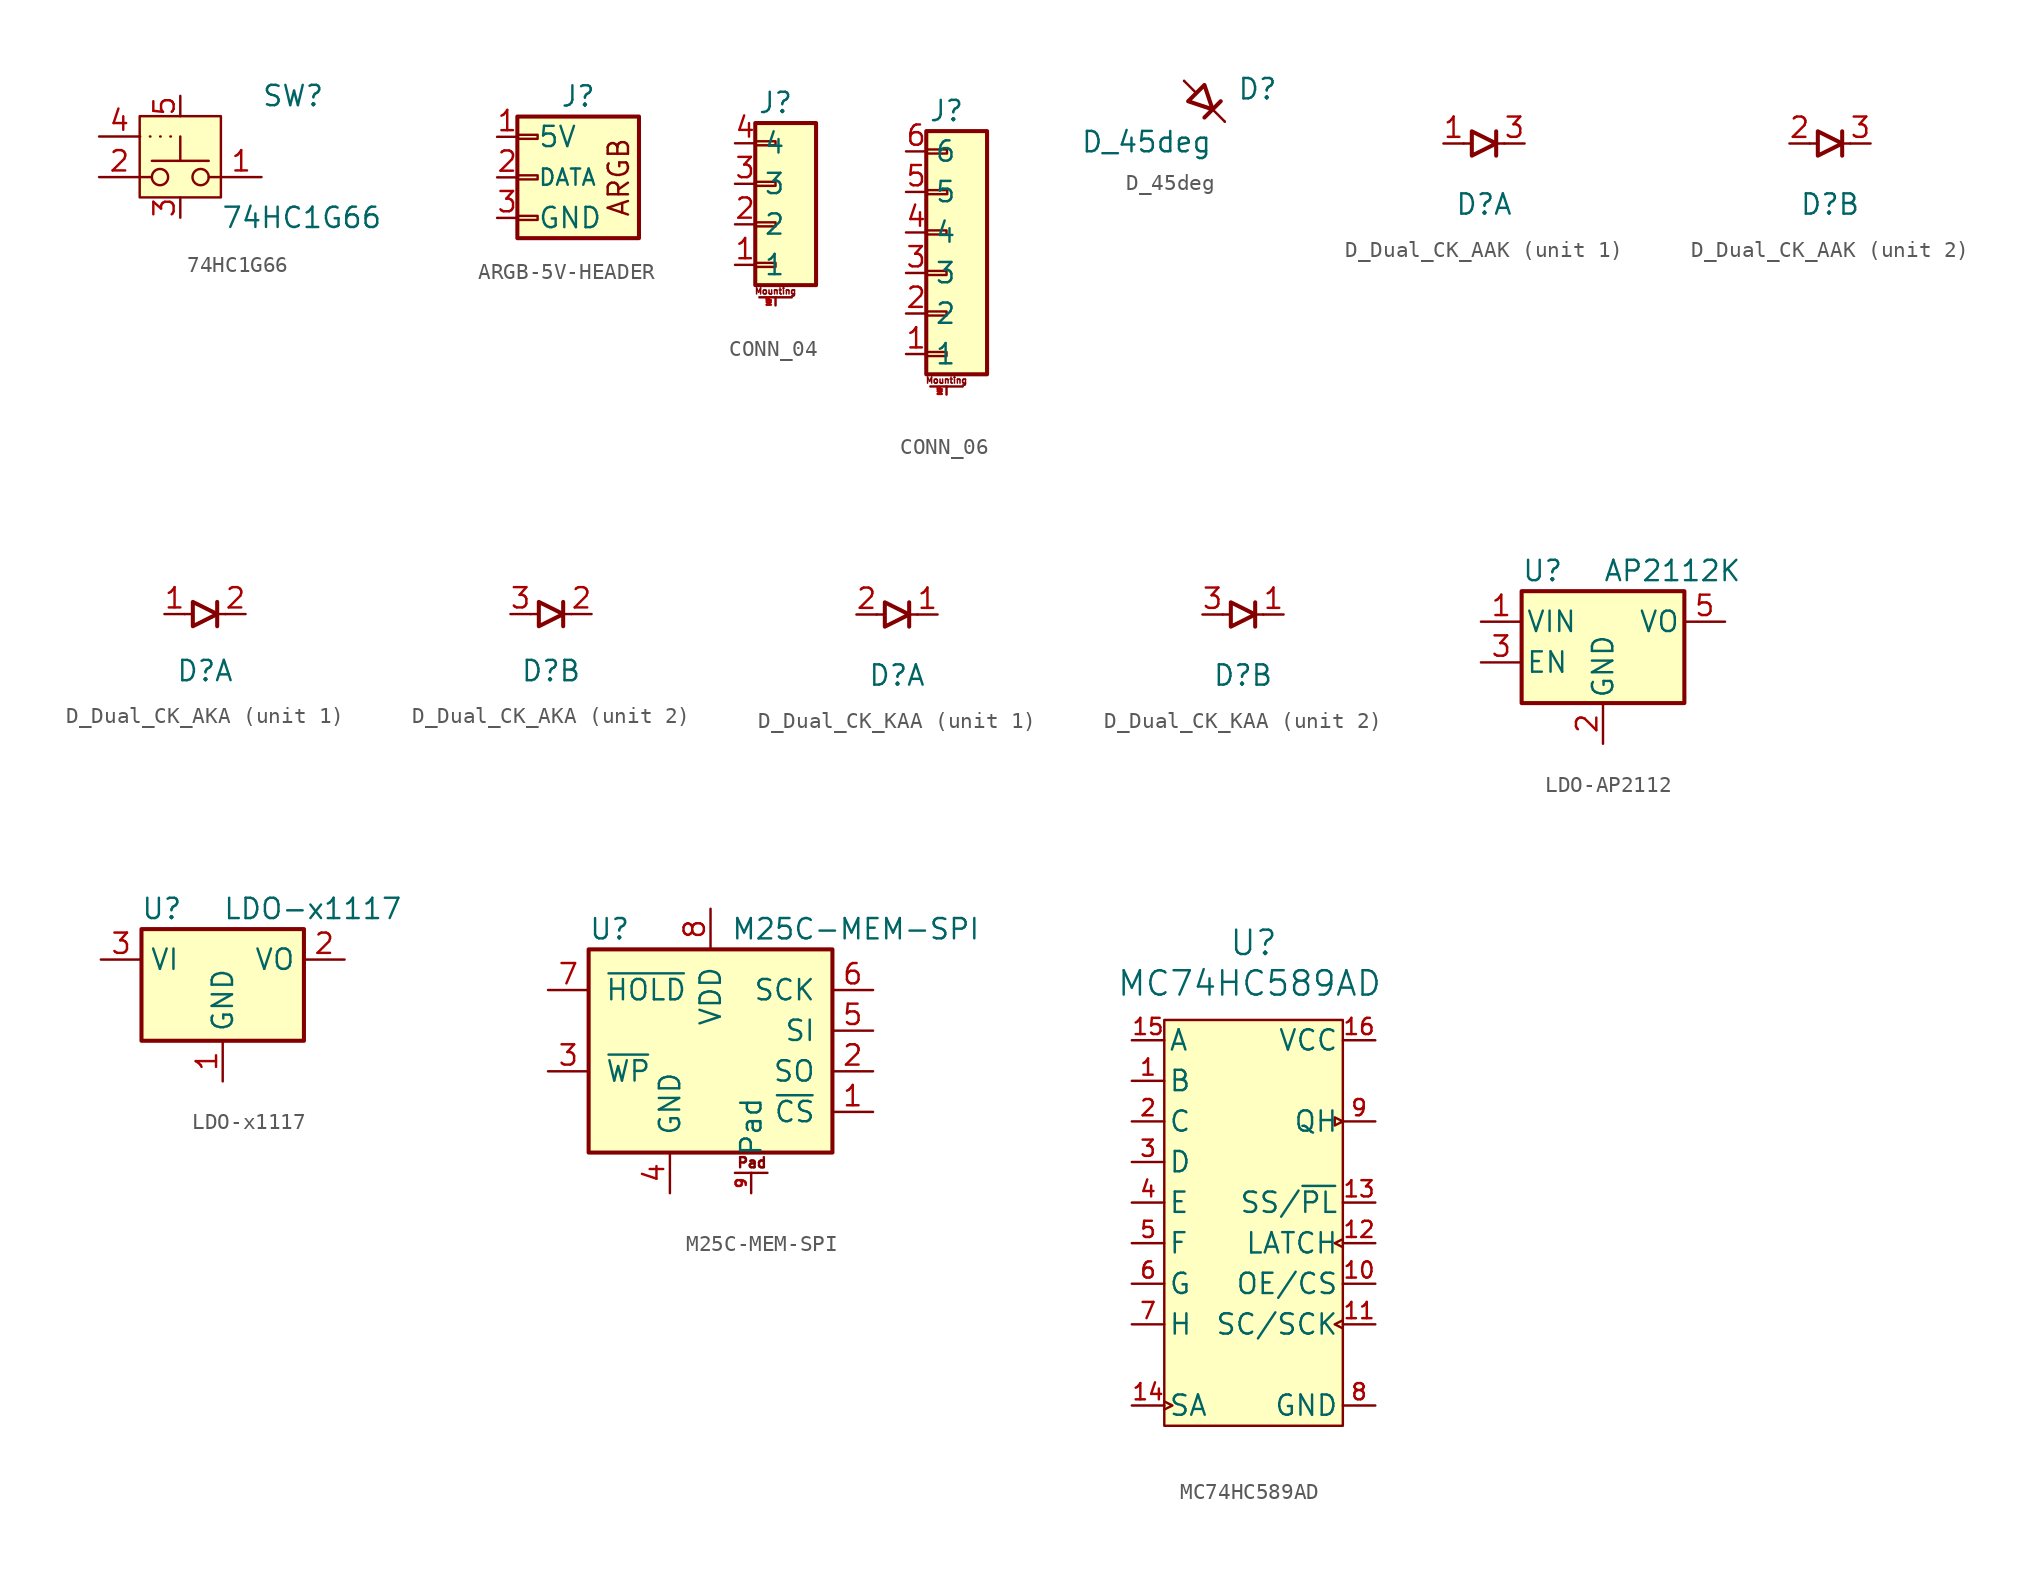
<source format=kicad_sym>
(kicad_symbol_lib
  (version 20241209)
  (generator "kicad_symbol_editor")
  (generator_version "9.0")
  (symbol "74HC1G66"
    (pin_names
      (offset 1.016)
      (hide yes))
    (property "Reference" "SW"
      (at 5.08 5.08 0)
      (effects (font (size 1.27 1.27)) (justify left)))
    (property "Value" "74HC1G66"
      (at 2.54 -2.54 0)
      (effects (font (size 1.27 1.27)) (justify left)))
    (symbol "74HC1G66_0_1"
      (circle (center -1.27 0) (radius 0.508) (stroke (width 0) (type default)) (fill (type none)))
      (polyline (pts (xy 0 1.016) (xy 0 2.54)) (stroke (width 0) (type default)) (fill (type none)))
      (polyline (pts (xy 0.508 2.54) (xy 3.048 2.54) (xy 3.048 -1.143) (xy -3.048 -1.143) (xy -3.048 2.54) (xy -0.508 2.54)) (stroke (width -0.025) (type default)) (fill (type none)))
      (circle (center 1.27 0) (radius 0.508) (stroke (width 0) (type default)) (fill (type none)))
      (polyline (pts (xy 1.778 1.016) (xy -1.778 1.016)) (stroke (width 0) (type default)) (fill (type none))))
    (symbol "74HC1G66_1_1"
      (rectangle (start -2.54 3.81) (end 2.54 -1.27) (stroke (width 0) (type solid)) (fill (type background)))
      (polyline (pts (xy -2.54 2.54) (xy 0 2.54)) (stroke (width 0) (type dot)) (fill (type none)))
      (polyline (pts (xy -2.54 0) (xy -1.778 0)) (stroke (width 0) (type default)) (fill (type none)))
      (polyline (pts (xy 2.54 0) (xy 1.778 0)) (stroke (width 0) (type default)) (fill (type none)))
      (pin input line (at -5.08 2.54 0) (length 2.54) (name "E" (effects (font (size 1.27 1.27)))) (number "4" (effects (font (size 1.27 1.27)))))
      (pin passive line (at -5.08 0 0) (length 2.54) (name "Z" (effects (font (size 1.27 1.27)))) (number "2" (effects (font (size 1.27 1.27)))))
      (pin passive line (at 0 5.08 270) (length 1.27) (name "VCC" (effects (font (size 0.254 0.254)))) (number "5" (effects (font (size 1.27 1.27)))))
      (pin passive line (at 0 -2.54 90) (length 1.27) (name "GND" (effects (font (size 0.254 0.254)))) (number "3" (effects (font (size 1.27 1.27)))))
      (pin passive line (at 5.08 0 180) (length 2.54) (name "Y" (effects (font (size 1.27 1.27)))) (number "1" (effects (font (size 1.27 1.27)))))))
  (symbol "ARGB-5V-HEADER"
    (pin_names
      (offset 1.27))
    (property "Reference" "J"
      (at 0 5.08 0)
      (effects (font (size 1.27 1.27))))
    (property "Value" ""
      (at 0 0 0)
      (effects (font (size 1.27 1.27))))
    (symbol "ARGB-5V-HEADER_1_1"
      (rectangle (start -3.81 2.667) (end -2.54 2.413) (stroke (width 0.152) (type default)) (fill (type none)))
      (rectangle (start -3.81 0.127) (end -2.54 -0.127) (stroke (width 0.152) (type default)) (fill (type none)))
      (rectangle (start -3.81 -2.413) (end -2.54 -2.667) (stroke (width 0.152) (type default)) (fill (type none)))
      (rectangle (start -3.81 3.81) (end 3.81 -3.81) (stroke (width 0.254) (type default)) (fill (type background)))
      (text "ARGB" (at 2.54 0 900) (effects (font (size 1.27 1.27))))
      (pin passive line (at -5.08 2.54 0) (length 1.27) (name "5V" (effects (font (size 1.27 1.27)))) (number "1" (effects (font (size 1.27 1.27)))))
      (pin passive line (at -5.08 0 0) (length 1.27) (name "DATA" (effects (font (size 1.016 1.016)))) (number "2" (effects (font (size 1.27 1.27)))))
      (pin passive line (at -5.08 -2.54 0) (length 1.27) (name "GND" (effects (font (size 1.27 1.27)))) (number "3" (effects (font (size 1.27 1.27)))))))
  (symbol "CONN_04"
    (property "Reference" "J"
      (at 0 7.62 0)
      (effects (font (size 1.27 1.27))))
    (property "Value" ""
      (at 0 0 0)
      (effects (font (size 1.27 1.27))))
    (symbol "CONN_04_1_1"
      (rectangle (start -1.27 6.35) (end 2.54 -3.81) (stroke (width 0.254) (type default)) (fill (type background)))
      (rectangle (start -1.27 5.207) (end 0 4.953) (stroke (width 0.152) (type default)) (fill (type none)))
      (rectangle (start -1.27 2.667) (end 0 2.413) (stroke (width 0.152) (type default)) (fill (type none)))
      (rectangle (start -1.27 0.127) (end 0 -0.127) (stroke (width 0.152) (type default)) (fill (type none)))
      (rectangle (start -1.27 -2.413) (end 0 -2.667) (stroke (width 0.152) (type default)) (fill (type none)))
      (polyline (pts (xy -1.016 -4.572) (xy 1.016 -4.572)) (stroke (width 0.152) (type default)) (fill (type none)))
      (text "Mounting" (at 0 -4.191 0) (effects (font (size 0.381 0.381))))
      (pin passive line (at -2.54 5.08 0) (length 1.27) (name "4" (effects (font (size 1.27 1.27)))) (number "4" (effects (font (size 1.27 1.27)))))
      (pin passive line (at -2.54 2.54 0) (length 1.27) (name "3" (effects (font (size 1.27 1.27)))) (number "3" (effects (font (size 1.27 1.27)))))
      (pin passive line (at -2.54 0 0) (length 1.27) (name "2" (effects (font (size 1.27 1.27)))) (number "2" (effects (font (size 1.27 1.27)))))
      (pin passive line (at -2.54 -2.54 0) (length 1.27) (name "1" (effects (font (size 1.27 1.27)))) (number "1" (effects (font (size 1.27 1.27)))))
      (pin passive line (at 0 -5.08 90) (length 0.508) (name "" (effects (font (size 0.254 0.254)))) (number "MP" (effects (font (size 0.254 0.254)))))))
  (symbol "CONN_06"
    (property "Reference" "J"
      (at 0 10.16 0)
      (effects (font (size 1.27 1.27))))
    (property "Value" ""
      (at 0 0 0)
      (effects (font (size 1.27 1.27))))
    (symbol "CONN_06_1_1"
      (rectangle (start -1.27 8.89) (end 2.54 -6.35) (stroke (width 0.254) (type default)) (fill (type background)))
      (rectangle (start -1.27 2.667) (end 0 2.413) (stroke (width 0.152) (type default)) (fill (type none)))
      (rectangle (start -1.27 0.127) (end 0 -0.127) (stroke (width 0.152) (type default)) (fill (type none)))
      (rectangle (start -1.27 -2.413) (end 0 -2.667) (stroke (width 0.152) (type default)) (fill (type none)))
      (rectangle (start -1.27 -4.953) (end 0 -5.207) (stroke (width 0.152) (type default)) (fill (type none)))
      (rectangle (start -1.239 7.74) (end 0.031 7.486) (stroke (width 0.152) (type default)) (fill (type none)))
      (rectangle (start -1.225 5.192) (end 0.045 4.939) (stroke (width 0.152) (type default)) (fill (type none)))
      (polyline (pts (xy -1.016 -7.112) (xy 1.016 -7.112)) (stroke (width 0.152) (type default)) (fill (type none)))
      (text "Mounting" (at 0 -6.731 0) (effects (font (size 0.381 0.381))))
      (pin passive line (at -2.54 7.62 0) (length 1.27) (name "6" (effects (font (size 1.27 1.27)))) (number "6" (effects (font (size 1.27 1.27)))))
      (pin passive line (at -2.54 5.08 0) (length 1.27) (name "5" (effects (font (size 1.27 1.27)))) (number "5" (effects (font (size 1.27 1.27)))))
      (pin passive line (at -2.54 2.54 0) (length 1.27) (name "4" (effects (font (size 1.27 1.27)))) (number "4" (effects (font (size 1.27 1.27)))))
      (pin passive line (at -2.54 0 0) (length 1.27) (name "3" (effects (font (size 1.27 1.27)))) (number "3" (effects (font (size 1.27 1.27)))))
      (pin passive line (at -2.54 -2.54 0) (length 1.27) (name "2" (effects (font (size 1.27 1.27)))) (number "2" (effects (font (size 1.27 1.27)))))
      (pin passive line (at -2.54 -5.08 0) (length 1.27) (name "1" (effects (font (size 1.27 1.27)))) (number "1" (effects (font (size 1.27 1.27)))))
      (pin passive line (at 0 -7.62 90) (length 0.508) (name "" (effects (font (size 0.254 0.254)))) (number "MP" (effects (font (size 0.254 0.254)))))))
  (symbol "D_45deg"
    (pin_numbers
      (hide yes))
    (pin_names
      (offset 0)
      (hide yes))
    (property "Reference" "D"
      (at 0.762 2.032 0)
      (effects (font (size 1.27 1.27)) (justify left)))
    (property "Value" "D_45deg"
      (at -0.762 -1.27 0)
      (effects (font (size 1.27 1.27)) (justify right)))
    (symbol "D_45deg_0_1"
      (polyline (pts (xy -1.778 1.778) (xy -2.54 2.54)) (stroke (width 0) (type default)) (fill (type none)))
      (polyline (pts (xy -1.27 2.286) (xy -2.286 1.27) (xy -0.762 0.762) (xy -1.27 2.286)) (stroke (width 0.254) (type default)) (fill (type none)))
      (polyline (pts (xy -0.254 1.27) (xy -1.27 0.254)) (stroke (width 0.254) (type default)) (fill (type none)))
      (polyline (pts (xy 0 0) (xy -0.762 0.762)) (stroke (width 0) (type default)) (fill (type none))))
    (symbol "D_45deg_1_1"
      (pin passive line (at -2.54 2.54 0) (length 0) (name "A" (effects (font (size 1.27 1.27)))) (number "2" (effects (font (size 1.27 1.27)))))
      (pin passive line (at 0 0 180) (length 0) (name "K" (effects (font (size 1.27 1.27)))) (number "1" (effects (font (size 1.27 1.27)))))))
  (symbol "D_Dual_CK_AAK"
    (pin_names
      (offset 0.762)
      (hide yes))
    (property "Reference" "D"
      (at 0 -3.81 0)
      (effects (font (size 1.27 1.27))))
    (property "Value" ""
      (at 0 3.81 0)
      (effects (font (size 1.27 1.27))))
    (property "ki_locked" ""
      (at 0 0 0)
      (effects (font (size 1.27 1.27))))
    (symbol "D_Dual_CK_AAK_0_1"
      (polyline (pts (xy -1.27 0) (xy -0.762 0)) (stroke (width 0) (type default)) (fill (type none)))
      (polyline (pts (xy -0.762 0.762) (xy -0.762 -0.762) (xy 0.762 0) (xy -0.762 0.762)) (stroke (width 0.254) (type default)) (fill (type none)))
      (polyline (pts (xy 0.762 0.762) (xy 0.762 -0.762)) (stroke (width 0.254) (type default)) (fill (type none)))
      (polyline (pts (xy 1.27 0) (xy 0.762 0)) (stroke (width 0) (type default)) (fill (type none)))
      (pin passive line (at 2.54 0 180) (length 1.27) (name "K" (effects (font (size 1.27 1.27)))) (number "3" (effects (font (size 1.27 1.27))))))
    (symbol "D_Dual_CK_AAK_1_1"
      (pin passive line (at -2.54 0 0) (length 1.27) (name "A" (effects (font (size 1.27 1.27)))) (number "1" (effects (font (size 1.27 1.27))))))
    (symbol "D_Dual_CK_AAK_2_1"
      (pin passive line (at -2.54 0 0) (length 1.27) (name "A" (effects (font (size 1.27 1.27)))) (number "2" (effects (font (size 1.27 1.27)))))))
  (symbol "D_Dual_CK_AKA"
    (pin_names
      (offset 0.762)
      (hide yes))
    (property "Reference" "D"
      (at 0 -3.556 0)
      (effects (font (size 1.27 1.27))))
    (property "Value" ""
      (at 0 3.81 0)
      (effects (font (size 1.27 1.27))))
    (property "ki_locked" ""
      (at 0 0 0)
      (effects (font (size 1.27 1.27))))
    (symbol "D_Dual_CK_AKA_0_1"
      (polyline (pts (xy -1.27 0) (xy -0.762 0)) (stroke (width 0) (type default)) (fill (type none)))
      (polyline (pts (xy -0.762 0.762) (xy -0.762 -0.762) (xy 0.762 0) (xy -0.762 0.762)) (stroke (width 0.254) (type default)) (fill (type none)))
      (polyline (pts (xy 0.762 0.762) (xy 0.762 -0.762)) (stroke (width 0.254) (type default)) (fill (type none)))
      (polyline (pts (xy 1.27 0) (xy 0.762 0)) (stroke (width 0) (type default)) (fill (type none)))
      (pin passive line (at 2.54 0 180) (length 1.27) (name "K" (effects (font (size 1.27 1.27)))) (number "2" (effects (font (size 1.27 1.27))))))
    (symbol "D_Dual_CK_AKA_1_1"
      (pin passive line (at -2.54 0 0) (length 1.27) (name "A" (effects (font (size 1.27 1.27)))) (number "1" (effects (font (size 1.27 1.27))))))
    (symbol "D_Dual_CK_AKA_2_1"
      (pin passive line (at -2.54 0 0) (length 1.27) (name "A" (effects (font (size 1.27 1.27)))) (number "3" (effects (font (size 1.27 1.27)))))))
  (symbol "D_Dual_CK_KAA"
    (pin_names
      (offset 0.762)
      (hide yes))
    (property "Reference" "D"
      (at 0 -3.81 0)
      (effects (font (size 1.27 1.27))))
    (property "Value" ""
      (at 0 3.81 0)
      (effects (font (size 1.27 1.27))))
    (property "ki_locked" ""
      (at 0 0 0)
      (effects (font (size 1.27 1.27))))
    (symbol "D_Dual_CK_KAA_0_1"
      (polyline (pts (xy -1.27 0) (xy -0.762 0)) (stroke (width 0) (type default)) (fill (type none)))
      (polyline (pts (xy -0.762 0.762) (xy -0.762 -0.762) (xy 0.762 0) (xy -0.762 0.762)) (stroke (width 0.254) (type default)) (fill (type none)))
      (polyline (pts (xy 0.762 0.762) (xy 0.762 -0.762)) (stroke (width 0.254) (type default)) (fill (type none)))
      (polyline (pts (xy 1.27 0) (xy 0.762 0)) (stroke (width 0) (type default)) (fill (type none)))
      (pin passive line (at 2.54 0 180) (length 1.27) (name "K" (effects (font (size 1.27 1.27)))) (number "1" (effects (font (size 1.27 1.27))))))
    (symbol "D_Dual_CK_KAA_1_1"
      (pin passive line (at -2.54 0 0) (length 1.27) (name "A" (effects (font (size 1.27 1.27)))) (number "2" (effects (font (size 1.27 1.27))))))
    (symbol "D_Dual_CK_KAA_2_1"
      (pin passive line (at -2.54 0 0) (length 1.27) (name "A" (effects (font (size 1.27 1.27)))) (number "3" (effects (font (size 1.27 1.27)))))))
  (symbol "LDO-AP2112"
    (pin_names
      (offset 0.254))
    (property "Reference" "U"
      (at -5.08 3.175 0)
      (effects (font (size 1.27 1.27)) (justify left)))
    (property "Value" "AP2112K"
      (at 0 3.175 0)
      (effects (font (size 1.27 1.27)) (justify left)))
    (symbol "LDO-AP2112_0_1"
      (rectangle (start -5.08 1.905) (end 5.08 -5.08) (stroke (width 0.254) (type default)) (fill (type background))))
    (symbol "LDO-AP2112_1_1"
      (pin power_in line (at -7.62 0 0) (length 2.54) (name "VIN" (effects (font (size 1.27 1.27)))) (number "1" (effects (font (size 1.27 1.27)))))
      (pin input line (at -7.62 -2.54 0) (length 2.54) (name "EN" (effects (font (size 1.27 1.27)))) (number "3" (effects (font (size 1.27 1.27)))))
      (pin power_in line (at 0 -7.62 90) (length 2.54) (name "GND" (effects (font (size 1.27 1.27)))) (number "2" (effects (font (size 1.27 1.27)))))
      (pin no_connect line (at 5.715 -2.54 180) (length 0.635) (hide yes) (name "NC" (effects (font (size 1.27 1.27)))) (number "4" (effects (font (size 1.27 1.27)))))
      (pin power_out line (at 7.62 0 180) (length 2.54) (name "VO" (effects (font (size 1.27 1.27)))) (number "5" (effects (font (size 1.27 1.27)))))))
  (symbol "LDO-x1117"
    (property "Reference" "U"
      (at -3.81 3.175 0)
      (effects (font (size 1.27 1.27))))
    (property "Value" "LDO-x1117"
      (at 0 3.175 0)
      (effects (font (size 1.27 1.27)) (justify left)))
    (symbol "LDO-x1117_0_1"
      (rectangle (start -5.08 -5.08) (end 5.08 1.905) (stroke (width 0.254) (type default)) (fill (type background))))
    (symbol "LDO-x1117_1_1"
      (pin power_in line (at -7.62 0 0) (length 2.54) (name "VI" (effects (font (size 1.27 1.27)))) (number "3" (effects (font (size 1.27 1.27)))))
      (pin power_in line (at 0 -7.62 90) (length 2.54) (name "GND" (effects (font (size 1.27 1.27)))) (number "1" (effects (font (size 1.27 1.27)))))
      (pin power_out line (at 7.62 0 180) (length 2.54) (name "VO" (effects (font (size 1.27 1.27)))) (number "2" (effects (font (size 1.27 1.27)))))))
  (symbol "M25C-MEM-SPI"
    (pin_names
      (offset 1.016))
    (property "Reference" "U"
      (at -7.62 6.35 0)
      (effects (font (size 1.27 1.27)) (justify left)))
    (property "Value" "M25C-MEM-SPI"
      (at 1.27 6.35 0)
      (effects (font (size 1.27 1.27)) (justify left)))
    (symbol "M25C-MEM-SPI_0_1"
      (rectangle (start -7.62 5.08) (end 7.62 -7.62) (stroke (width 0.254) (type default)) (fill (type background)))
      (polyline (pts (xy 1.524 -8.89) (xy 3.556 -8.89)) (stroke (width 0) (type default)) (fill (type none))))
    (symbol "M25C-MEM-SPI_1_1"
      (text "Pad" (at 2.591 -8.255 0) (effects (font (size 0.635 0.635))))
      (pin input line (at -10.16 2.54 0) (length 2.54) (name "~{HOLD}" (effects (font (size 1.27 1.27)))) (number "7" (effects (font (size 1.27 1.27)))))
      (pin input line (at -10.16 -2.54 0) (length 2.54) (name "~{WP}" (effects (font (size 1.27 1.27)))) (number "3" (effects (font (size 1.27 1.27)))))
      (pin power_in line (at -2.54 -10.16 90) (length 2.54) (name "GND" (effects (font (size 1.27 1.27)))) (number "4" (effects (font (size 1.27 1.27)))))
      (pin power_in line (at 0 7.62 270) (length 2.54) (name "VDD" (effects (font (size 1.27 1.27)))) (number "8" (effects (font (size 1.27 1.27)))))
      (pin passive line (at 2.54 -10.16 90) (length 1.27) (name "Pad" (effects (font (size 1.27 1.27)))) (number "9" (effects (font (size 0.635 0.635)))))
      (pin input line (at 10.16 2.54 180) (length 2.54) (name "SCK" (effects (font (size 1.27 1.27)))) (number "6" (effects (font (size 1.27 1.27)))))
      (pin input line (at 10.16 0 180) (length 2.54) (name "SI" (effects (font (size 1.27 1.27)))) (number "5" (effects (font (size 1.27 1.27)))))
      (pin output line (at 10.16 -2.54 180) (length 2.54) (name "SO" (effects (font (size 1.27 1.27)))) (number "2" (effects (font (size 1.27 1.27)))))
      (pin input line (at 10.16 -5.08 180) (length 2.54) (name "~{CS}" (effects (font (size 1.27 1.27)))) (number "1" (effects (font (size 1.27 1.27)))))))
  (symbol "MC74HC589AD"
    (pin_names
      (offset 0.254))
    (property "Reference" "U"
      (at 0 16.256 0)
      (effects (font (size 1.524 1.524))))
    (property "Value" "MC74HC589AD"
      (at -0.254 13.716 0)
      (effects (font (size 1.524 1.524))))
    (symbol "MC74HC589AD_0_1"
      (polyline (pts (xy -5.588 -12.446) (xy -5.08 -12.7) (xy -5.588 -12.954)) (stroke (width 0) (type default)) (fill (type none)))
      (polyline (pts (xy 5.588 5.08) (xy 5.08 5.334) (xy 5.08 4.826) (xy 5.588 5.08)) (stroke (width 0) (type default)) (fill (type none)))
      (polyline (pts (xy 5.588 -2.286) (xy 5.08 -2.54) (xy 5.588 -2.794)) (stroke (width 0) (type default)) (fill (type none)))
      (polyline (pts (xy 5.588 -7.366) (xy 5.08 -7.62) (xy 5.588 -7.874)) (stroke (width 0) (type default)) (fill (type none))))
    (symbol "MC74HC589AD_1_1"
      (rectangle (start -5.588 11.43) (end 5.588 -13.97) (stroke (width 0) (type solid)) (fill (type background)))
      (pin input line (at -7.62 10.16 0) (length 2.032) (name "A" (effects (font (size 1.27 1.27)))) (number "15" (effects (font (size 1.016 1.016)))))
      (pin input line (at -7.62 7.62 0) (length 2.032) (name "B" (effects (font (size 1.27 1.27)))) (number "1" (effects (font (size 1.016 1.016)))))
      (pin input line (at -7.62 5.08 0) (length 2.032) (name "C" (effects (font (size 1.27 1.27)))) (number "2" (effects (font (size 1.016 1.016)))))
      (pin input line (at -7.62 2.54 0) (length 2.032) (name "D" (effects (font (size 1.27 1.27)))) (number "3" (effects (font (size 1.016 1.016)))))
      (pin input line (at -7.62 0 0) (length 2.032) (name "E" (effects (font (size 1.27 1.27)))) (number "4" (effects (font (size 1.016 1.016)))))
      (pin input line (at -7.62 -2.54 0) (length 2.032) (name "F" (effects (font (size 1.27 1.27)))) (number "5" (effects (font (size 1.016 1.016)))))
      (pin input line (at -7.62 -5.08 0) (length 2.032) (name "G" (effects (font (size 1.27 1.27)))) (number "6" (effects (font (size 1.016 1.016)))))
      (pin input line (at -7.62 -7.62 0) (length 2.032) (name "H" (effects (font (size 1.27 1.27)))) (number "7" (effects (font (size 1.016 1.016)))))
      (pin input line (at -7.62 -12.7 0) (length 2.032) (name "SA" (effects (font (size 1.27 1.27)))) (number "14" (effects (font (size 1.016 1.016)))))
      (pin power_in line (at 7.62 10.16 180) (length 2.032) (name "VCC" (effects (font (size 1.27 1.27)))) (number "16" (effects (font (size 1.016 1.016)))))
      (pin output line (at 7.62 5.08 180) (length 2.032) (name "QH" (effects (font (size 1.27 1.27)))) (number "9" (effects (font (size 1.016 1.016)))))
      (pin unspecified line (at 7.62 0 180) (length 2.032) (name "SS/~{PL}" (effects (font (size 1.27 1.27)))) (number "13" (effects (font (size 1.016 1.016)))))
      (pin bidirectional line (at 7.62 -2.54 180) (length 2.032) (name "LATCH" (effects (font (size 1.27 1.27)))) (number "12" (effects (font (size 1.016 1.016)))))
      (pin bidirectional line (at 7.62 -5.08 180) (length 2.032) (name "OE/CS" (effects (font (size 1.27 1.27)))) (number "10" (effects (font (size 1.016 1.016)))))
      (pin input line (at 7.62 -7.62 180) (length 2.032) (name "SC/SCK" (effects (font (size 1.27 1.27)))) (number "11" (effects (font (size 1.016 1.016)))))
      (pin power_in line (at 7.62 -12.7 180) (length 2.032) (name "GND" (effects (font (size 1.27 1.27)))) (number "8" (effects (font (size 1.016 1.016))))))))
</source>
